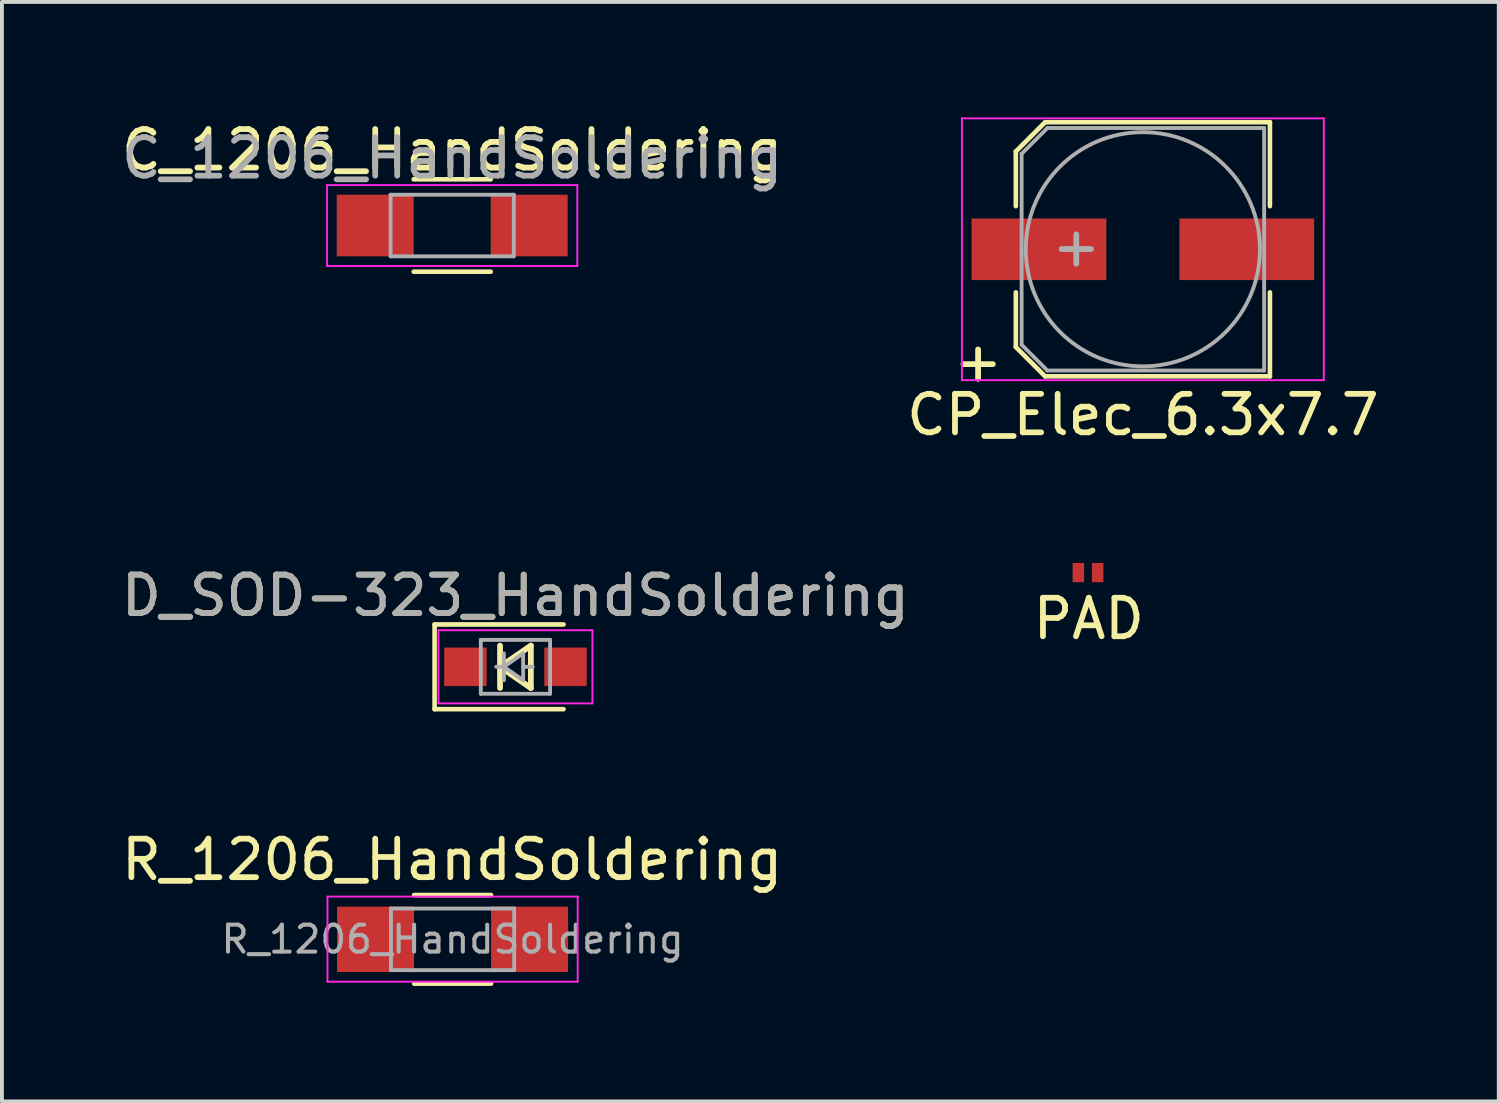
<source format=kicad_pcb>
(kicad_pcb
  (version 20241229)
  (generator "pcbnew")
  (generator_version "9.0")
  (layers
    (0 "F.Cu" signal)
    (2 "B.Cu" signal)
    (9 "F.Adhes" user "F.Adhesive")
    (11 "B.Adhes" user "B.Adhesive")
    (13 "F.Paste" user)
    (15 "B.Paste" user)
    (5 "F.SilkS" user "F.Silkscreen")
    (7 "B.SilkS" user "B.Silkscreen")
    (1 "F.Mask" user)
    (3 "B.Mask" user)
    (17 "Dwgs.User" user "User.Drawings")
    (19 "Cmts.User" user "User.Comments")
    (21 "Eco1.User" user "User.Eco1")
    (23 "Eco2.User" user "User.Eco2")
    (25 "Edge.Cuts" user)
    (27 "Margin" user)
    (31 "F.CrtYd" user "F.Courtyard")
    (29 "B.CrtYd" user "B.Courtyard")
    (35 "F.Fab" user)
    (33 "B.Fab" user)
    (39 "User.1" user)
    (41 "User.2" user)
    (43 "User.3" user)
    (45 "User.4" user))
  (footprint "C_1206_HandSoldering"
    (layer "F.Cu")
    (at 8.696 2.808)
    (property "Reference" "C_1206_HandSoldering" (at 0 -1.96 0) (layer "F.SilkS") (effects (font (size 1 1) (thickness 0.15))))
    (attr smd)
    (fp_line (start -1 1.2) (end 1 1.2) (stroke (width 0.12) (type solid)) (layer "F.SilkS"))
    (fp_line (start 1 -1.2) (end -1 -1.2) (stroke (width 0.12) (type solid)) (layer "F.SilkS"))
    (fp_line (start -3.25 -1.05) (end -3.25 1.05) (stroke (width 0.05) (type solid)) (layer "F.CrtYd"))
    (fp_line (start -3.25 -1.05) (end 3.25 -1.05) (stroke (width 0.05) (type solid)) (layer "F.CrtYd"))
    (fp_line (start 3.25 1.05) (end -3.25 1.05) (stroke (width 0.05) (type solid)) (layer "F.CrtYd"))
    (fp_line (start 3.25 1.05) (end 3.25 -1.05) (stroke (width 0.05) (type solid)) (layer "F.CrtYd"))
    (fp_line (start -1.6 -0.8) (end 1.6 -0.8) (stroke (width 0.1) (type solid)) (layer "F.Fab"))
    (fp_line (start -1.6 0.8) (end -1.6 -0.8) (stroke (width 0.1) (type solid)) (layer "F.Fab"))
    (fp_line (start 1.6 -0.8) (end 1.6 0.8) (stroke (width 0.1) (type solid)) (layer "F.Fab"))
    (fp_line (start 1.6 0.8) (end -1.6 0.8) (stroke (width 0.1) (type solid)) (layer "F.Fab"))
    (fp_text user "${REFERENCE}" (at 0 -1.75 0) (layer "F.Fab") (effects (font (size 1 1) (thickness 0.15))))
    (pad "1" smd rect (at -2 0) (size 2 1.6) (layers "F.Cu" "F.Mask" "F.Paste"))
    (pad "2" smd rect (at 2 0) (size 2 1.6) (layers "F.Cu" "F.Mask" "F.Paste")))
  (footprint "CP_Elec_6.3x7.7"
    (layer "F.Cu")
    (at 26.637 3.425)
    (property "Reference" "CP_Elec_6.3x7.7" (at 0 4.3 0) (layer "F.SilkS") (effects (font (size 1 1) (thickness 0.15))))
    (attr smd)
    (fp_line (start -3.3 -2.54) (end -3.3 -1.12) (stroke (width 0.12) (type solid)) (layer "F.SilkS"))
    (fp_line (start -3.3 -2.54) (end -2.54 -3.3) (stroke (width 0.12) (type solid)) (layer "F.SilkS"))
    (fp_line (start -3.3 2.54) (end -3.3 1.12) (stroke (width 0.12) (type solid)) (layer "F.SilkS"))
    (fp_line (start -2.54 -3.3) (end 3.3 -3.3) (stroke (width 0.12) (type solid)) (layer "F.SilkS"))
    (fp_line (start -2.54 3.3) (end -3.3 2.54) (stroke (width 0.12) (type solid)) (layer "F.SilkS"))
    (fp_line (start 3.3 -3.3) (end 3.3 -1.12) (stroke (width 0.12) (type solid)) (layer "F.SilkS"))
    (fp_line (start 3.3 3.3) (end -2.54 3.3) (stroke (width 0.12) (type solid)) (layer "F.SilkS"))
    (fp_line (start 3.3 3.3) (end 3.3 1.12) (stroke (width 0.12) (type solid)) (layer "F.SilkS"))
    (fp_line (start -4.7 -3.4) (end -4.7 3.4) (stroke (width 0.05) (type solid)) (layer "F.CrtYd"))
    (fp_line (start -4.7 -3.4) (end 4.7 -3.4) (stroke (width 0.05) (type solid)) (layer "F.CrtYd"))
    (fp_line (start 4.7 3.4) (end -4.7 3.4) (stroke (width 0.05) (type solid)) (layer "F.CrtYd"))
    (fp_line (start 4.7 3.4) (end 4.7 -3.4) (stroke (width 0.05) (type solid)) (layer "F.CrtYd"))
    (fp_line (start -3.15 -2.48) (end -3.15 2.48) (stroke (width 0.1) (type solid)) (layer "F.Fab"))
    (fp_line (start -3.15 2.48) (end -2.48 3.15) (stroke (width 0.1) (type solid)) (layer "F.Fab"))
    (fp_line (start -2.48 -3.15) (end -3.15 -2.48) (stroke (width 0.1) (type solid)) (layer "F.Fab"))
    (fp_line (start -2.48 3.15) (end 3.15 3.15) (stroke (width 0.1) (type solid)) (layer "F.Fab"))
    (fp_line (start 3.15 -3.15) (end -2.48 -3.15) (stroke (width 0.1) (type solid)) (layer "F.Fab"))
    (fp_line (start 3.15 3.15) (end 3.15 -3.15) (stroke (width 0.1) (type solid)) (layer "F.Fab"))
    (fp_circle (center 0 0) (end 0.5 3) (stroke (width 0.1) (type solid)) (fill no) (layer "F.Fab"))
    (fp_text user "+" (at -4.28 2.91 0) (layer "F.SilkS") (effects (font (size 1 1) (thickness 0.15))))
    (fp_text user "+" (at -1.73 -0.08 0) (layer "F.Fab") (effects (font (size 1 1) (thickness 0.15))))
    (pad "1" smd rect (at -2.7 0 180) (size 3.5 1.6) (layers "F.Cu" "F.Mask" "F.Paste"))
    (pad "2" smd rect (at 2.7 0 180) (size 3.5 1.6) (layers "F.Cu" "F.Mask" "F.Paste")))
  (footprint "PAD"
    (layer "F.Cu")
    (at 25.212 11.823)
    (property "Reference" "PAD" (at 0.02 1.2 0) (layer "F.SilkS") (effects (font (size 1 1) (thickness 0.15))))
    (attr through_hole)
    (pad "1" smd rect (at -0.25 0) (size 0.3 0.5) (layers "F.Cu" "F.Mask" "F.Paste"))
    (pad "2" smd rect (at 0.25 0) (size 0.3 0.5) (layers "F.Cu" "F.Mask" "F.Paste")))
  (footprint "R_1206_HandSoldering"
    (layer "F.Cu")
    (at 8.706 21.35)
    (property "Reference" "R_1206_HandSoldering" (at -0.01 -2.07 0) (layer "F.SilkS") (effects (font (size 1 1) (thickness 0.15))))
    (attr smd)
    (fp_line (start -1 -1.15) (end 1 -1.15) (stroke (width 0.12) (type solid)) (layer "F.SilkS"))
    (fp_line (start 1 1.15) (end -1 1.15) (stroke (width 0.12) (type solid)) (layer "F.SilkS"))
    (fp_line (start -3.25 -1.11) (end -3.25 1.1) (stroke (width 0.05) (type solid)) (layer "F.CrtYd"))
    (fp_line (start -3.25 -1.11) (end 3.25 -1.11) (stroke (width 0.05) (type solid)) (layer "F.CrtYd"))
    (fp_line (start 3.25 1.1) (end -3.25 1.1) (stroke (width 0.05) (type solid)) (layer "F.CrtYd"))
    (fp_line (start 3.25 1.1) (end 3.25 -1.11) (stroke (width 0.05) (type solid)) (layer "F.CrtYd"))
    (fp_line (start -1.6 -0.8) (end 1.6 -0.8) (stroke (width 0.1) (type solid)) (layer "F.Fab"))
    (fp_line (start -1.6 0.8) (end -1.6 -0.8) (stroke (width 0.1) (type solid)) (layer "F.Fab"))
    (fp_line (start 1.6 -0.8) (end 1.6 0.8) (stroke (width 0.1) (type solid)) (layer "F.Fab"))
    (fp_line (start 1.6 0.8) (end -1.6 0.8) (stroke (width 0.1) (type solid)) (layer "F.Fab"))
    (fp_text user "${REFERENCE}" (at 0 0 0) (layer "F.Fab") (effects (font (size 0.7 0.7) (thickness 0.105))))
    (pad "1" smd rect (at -2 0) (size 2 1.7) (layers "F.Cu" "F.Mask" "F.Paste"))
    (pad "2" smd rect (at 2 0) (size 2 1.7) (layers "F.Cu" "F.Mask" "F.Paste")))
  (footprint "D_SOD-323_HandSoldering"
    (layer "F.Cu")
    (at 10.339 14.271)
    (property "Reference" "D_SOD-323_HandSoldering" (at 0 -1.85 0) (layer "F.SilkS") (effects (font (size 1 1) (thickness 0.15))))
    (attr smd)
    (fp_line (start -2.1 -1.1) (end -2.1 1.1) (stroke (width 0.12) (type solid)) (layer "F.SilkS"))
    (fp_line (start -2.1 -1.1) (end 1.25 -1.1) (stroke (width 0.12) (type solid)) (layer "F.SilkS"))
    (fp_line (start -2.1 1.1) (end 1.25 1.1) (stroke (width 0.12) (type solid)) (layer "F.SilkS"))
    (fp_line (start -0.4 -0.55) (end -0.4 0.55) (stroke (width 0.15) (type solid)) (layer "F.SilkS"))
    (fp_line (start -0.4 0) (end 0.4 -0.55) (stroke (width 0.15) (type solid)) (layer "F.SilkS"))
    (fp_line (start 0.4 -0.55) (end 0.4 0.55) (stroke (width 0.15) (type solid)) (layer "F.SilkS"))
    (fp_line (start 0.4 0.55) (end -0.4 0) (stroke (width 0.15) (type solid)) (layer "F.SilkS"))
    (fp_line (start -2 -0.95) (end -2 0.95) (stroke (width 0.05) (type solid)) (layer "F.CrtYd"))
    (fp_line (start -2 -0.95) (end 2 -0.95) (stroke (width 0.05) (type solid)) (layer "F.CrtYd"))
    (fp_line (start -2 0.95) (end 2 0.95) (stroke (width 0.05) (type solid)) (layer "F.CrtYd"))
    (fp_line (start 2 -0.95) (end 2 0.95) (stroke (width 0.05) (type solid)) (layer "F.CrtYd"))
    (fp_line (start -0.9 -0.7) (end 0.9 -0.7) (stroke (width 0.1) (type solid)) (layer "F.Fab"))
    (fp_line (start -0.9 0.7) (end -0.9 -0.7) (stroke (width 0.1) (type solid)) (layer "F.Fab"))
    (fp_line (start -0.3 -0.35) (end -0.3 0.35) (stroke (width 0.1) (type solid)) (layer "F.Fab"))
    (fp_line (start -0.3 0) (end -0.5 0) (stroke (width 0.1) (type solid)) (layer "F.Fab"))
    (fp_line (start -0.3 0) (end 0.2 -0.35) (stroke (width 0.1) (type solid)) (layer "F.Fab"))
    (fp_line (start 0.2 -0.35) (end 0.2 0.35) (stroke (width 0.1) (type solid)) (layer "F.Fab"))
    (fp_line (start 0.2 0) (end 0.45 0) (stroke (width 0.1) (type solid)) (layer "F.Fab"))
    (fp_line (start 0.2 0.35) (end -0.3 0) (stroke (width 0.1) (type solid)) (layer "F.Fab"))
    (fp_line (start 0.9 -0.7) (end 0.9 0.7) (stroke (width 0.1) (type solid)) (layer "F.Fab"))
    (fp_line (start 0.9 0.7) (end -0.9 0.7) (stroke (width 0.1) (type solid)) (layer "F.Fab"))
    (fp_text user "${REFERENCE}" (at 0 -1.85 0) (layer "F.Fab") (effects (font (size 1 1) (thickness 0.15))))
    (pad "1" smd rect (at -1.3 0) (size 1.1 1) (layers "F.Cu" "F.Mask" "F.Paste"))
    (pad "2" smd rect (at 1.3 0) (size 1.1 1) (layers "F.Cu" "F.Mask" "F.Paste")))
  (gr_rect
    (start -3 -3)
    (end 35.881 25.56)
    (stroke (width 0.1) (type default))
    (fill no)
    (layer "Edge.Cuts")))
</source>
